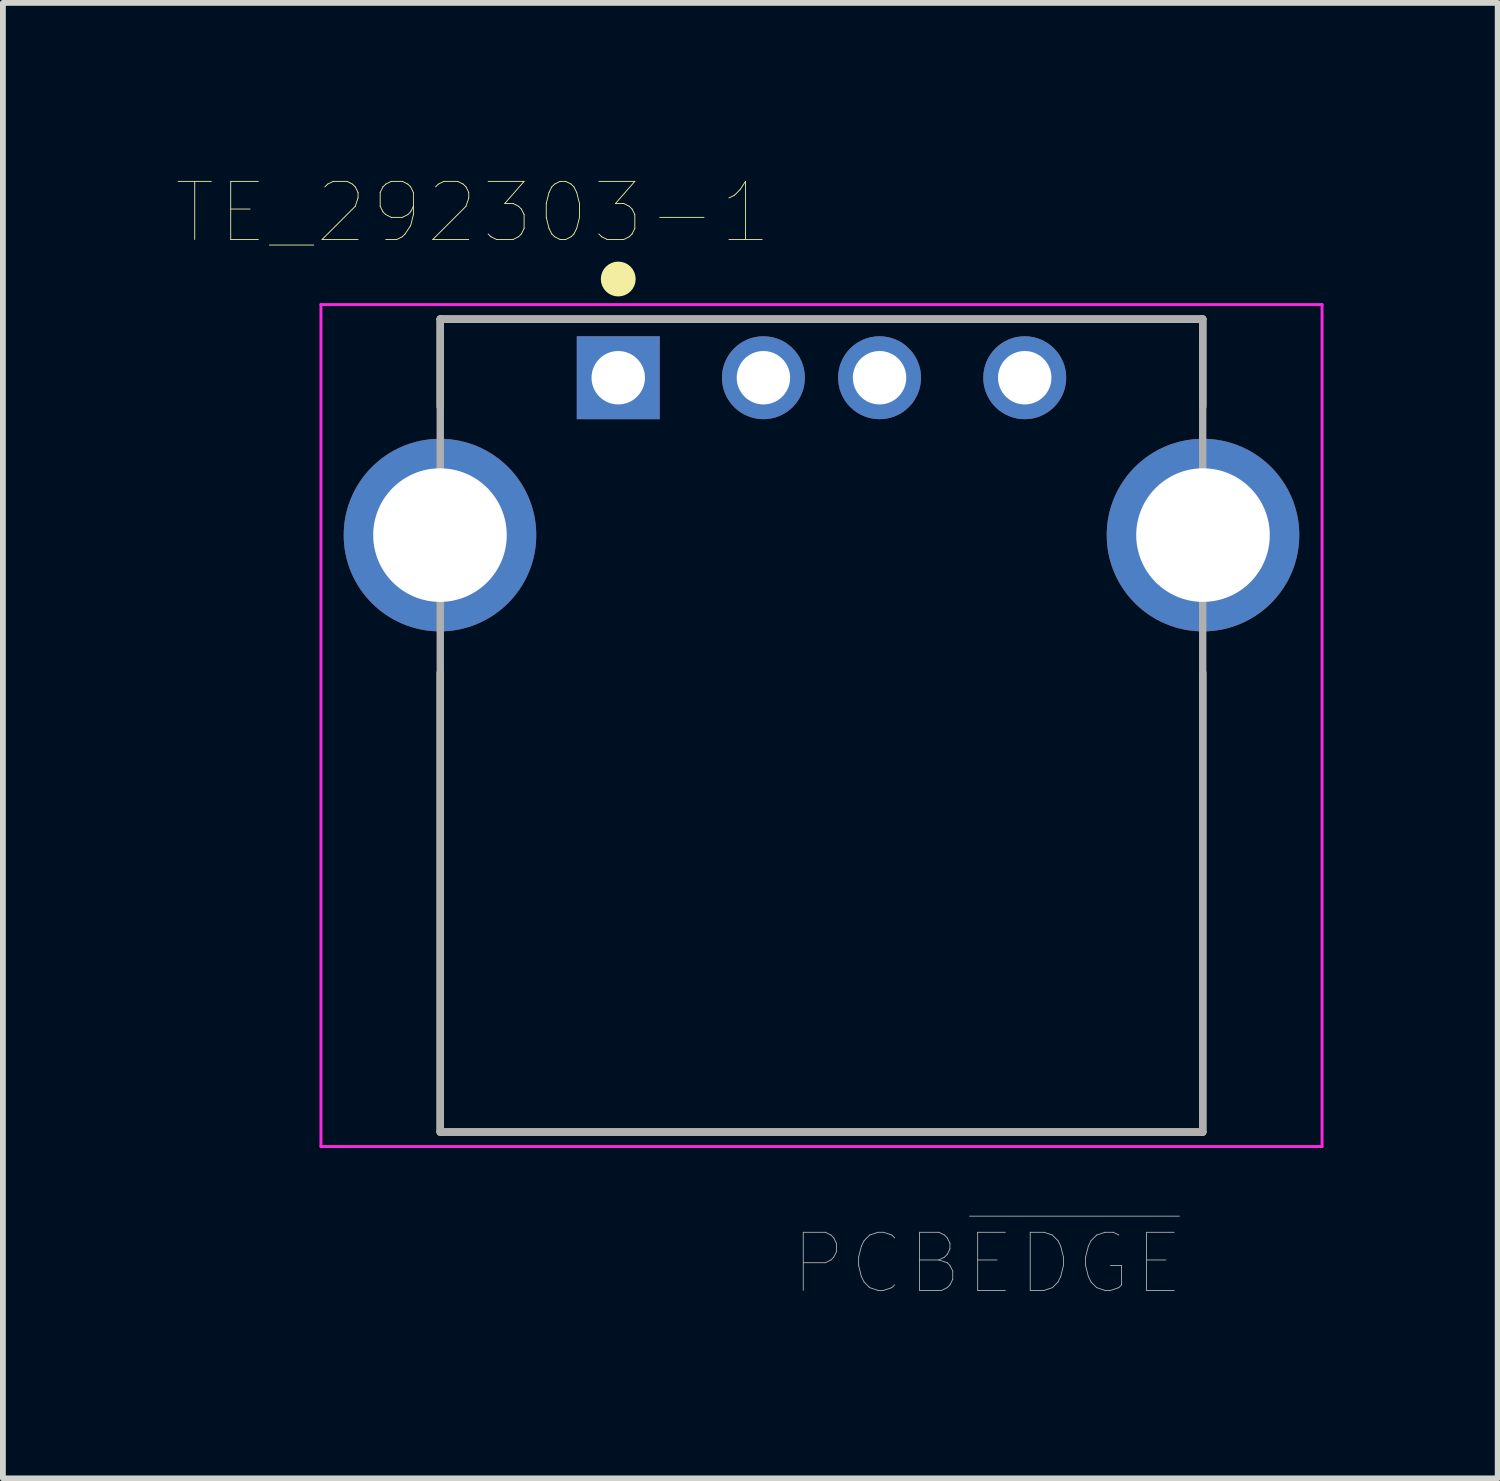
<source format=kicad_pcb>
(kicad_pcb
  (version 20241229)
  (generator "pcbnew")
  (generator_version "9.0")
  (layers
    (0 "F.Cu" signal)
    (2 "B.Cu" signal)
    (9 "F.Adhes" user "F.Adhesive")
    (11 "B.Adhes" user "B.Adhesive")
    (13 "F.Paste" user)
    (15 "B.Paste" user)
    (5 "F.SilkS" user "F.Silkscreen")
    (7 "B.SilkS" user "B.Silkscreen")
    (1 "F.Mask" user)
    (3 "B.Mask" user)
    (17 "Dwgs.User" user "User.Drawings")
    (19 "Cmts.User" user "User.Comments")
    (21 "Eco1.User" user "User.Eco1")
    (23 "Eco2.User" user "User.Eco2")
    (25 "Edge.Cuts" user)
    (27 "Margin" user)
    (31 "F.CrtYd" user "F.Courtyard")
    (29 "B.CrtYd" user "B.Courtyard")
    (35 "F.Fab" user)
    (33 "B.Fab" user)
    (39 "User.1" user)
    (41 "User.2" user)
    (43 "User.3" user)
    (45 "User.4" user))
  (footprint "TE_292303-1"
    (layer "F.Cu")
    (at 7.597 3.455)
    (property "Reference" "TE_292303-1" (at -2.503 -2.843 0) (layer "F.SilkS") (effects (font (size 1.001 1.001) (thickness 0.015))))
    (attr through_hole)
    (fp_line (start -3.065 -1.01) (end 10.065 -1.01) (stroke (width 0.127) (type solid)) (layer "F.SilkS"))
    (fp_line (start -3.065 0.5) (end -3.065 -1.01) (stroke (width 0.127) (type solid)) (layer "F.SilkS"))
    (fp_line (start -3.065 12.99) (end -3.065 5.08) (stroke (width 0.127) (type solid)) (layer "F.SilkS"))
    (fp_line (start 10.065 -1.01) (end 10.065 0.5) (stroke (width 0.127) (type solid)) (layer "F.SilkS"))
    (fp_line (start 10.065 5.08) (end 10.065 12.99) (stroke (width 0.127) (type solid)) (layer "F.SilkS"))
    (fp_line (start 10.065 12.99) (end -3.065 12.99) (stroke (width 0.127) (type solid)) (layer "F.SilkS"))
    (fp_circle (center 0 -1.7) (end 0.15 -1.7) (stroke (width 0.3) (type solid)) (fill no) (layer "F.SilkS"))
    (fp_line (start -5.12 -1.26) (end 12.12 -1.26) (stroke (width 0.05) (type solid)) (layer "F.CrtYd"))
    (fp_line (start -5.12 13.24) (end -5.12 -1.26) (stroke (width 0.05) (type solid)) (layer "F.CrtYd"))
    (fp_line (start 12.12 -1.26) (end 12.12 13.24) (stroke (width 0.05) (type solid)) (layer "F.CrtYd"))
    (fp_line (start 12.12 13.24) (end -5.12 13.24) (stroke (width 0.05) (type solid)) (layer "F.CrtYd"))
    (fp_line (start -3.065 -1.01) (end -3.065 12.99) (stroke (width 0.127) (type solid)) (layer "F.Fab"))
    (fp_line (start -3.065 12.99) (end 10.065 12.99) (stroke (width 0.127) (type solid)) (layer "F.Fab"))
    (fp_line (start 10.065 -1.01) (end -3.065 -1.01) (stroke (width 0.127) (type solid)) (layer "F.Fab"))
    (fp_line (start 10.065 12.99) (end 10.065 -1.01) (stroke (width 0.127) (type solid)) (layer "F.Fab"))
    (fp_circle (center 0 0) (end 0.15 0) (stroke (width 0.3) (type solid)) (fill no) (layer "F.Fab"))
    (fp_text user "PCB~{EDGE}" (at 6.356 15.255 0) (layer "F.Fab") (effects (font (size 1.001 1.001) (thickness 0.015))))
    (pad "1" thru_hole rect (at 0 0) (size 1.428 1.428) (drill 0.92) (layers "*.Cu" "*.Mask"))
    (pad "2" thru_hole circle (at 2.5 0) (size 1.428 1.428) (drill 0.92) (layers "*.Cu" "*.Mask"))
    (pad "3" thru_hole circle (at 4.5 0) (size 1.428 1.428) (drill 0.92) (layers "*.Cu" "*.Mask"))
    (pad "4" thru_hole circle (at 7 0) (size 1.428 1.428) (drill 0.92) (layers "*.Cu" "*.Mask"))
    (pad "SH1" thru_hole circle (at -3.07 2.71) (size 3.316 3.316) (drill 2.3) (layers "*.Cu" "*.Mask"))
    (pad "SH2" thru_hole circle (at 10.07 2.71) (size 3.316 3.316) (drill 2.3) (layers "*.Cu" "*.Mask")))
  (gr_rect
    (start -3 -3)
    (end 22.742 22.409)
    (stroke (width 0.1) (type default))
    (fill no)
    (layer "Edge.Cuts")))
</source>
